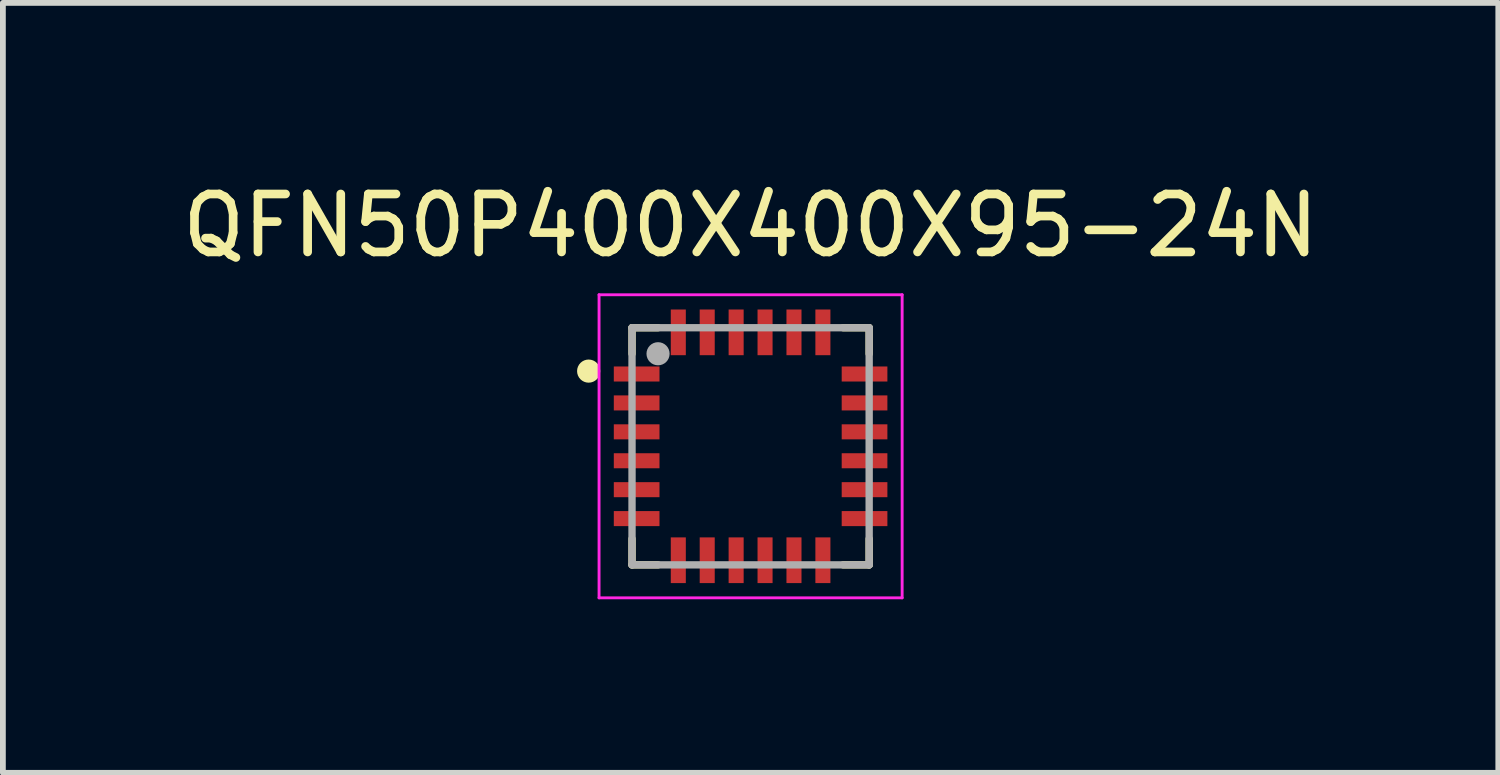
<source format=kicad_pcb>
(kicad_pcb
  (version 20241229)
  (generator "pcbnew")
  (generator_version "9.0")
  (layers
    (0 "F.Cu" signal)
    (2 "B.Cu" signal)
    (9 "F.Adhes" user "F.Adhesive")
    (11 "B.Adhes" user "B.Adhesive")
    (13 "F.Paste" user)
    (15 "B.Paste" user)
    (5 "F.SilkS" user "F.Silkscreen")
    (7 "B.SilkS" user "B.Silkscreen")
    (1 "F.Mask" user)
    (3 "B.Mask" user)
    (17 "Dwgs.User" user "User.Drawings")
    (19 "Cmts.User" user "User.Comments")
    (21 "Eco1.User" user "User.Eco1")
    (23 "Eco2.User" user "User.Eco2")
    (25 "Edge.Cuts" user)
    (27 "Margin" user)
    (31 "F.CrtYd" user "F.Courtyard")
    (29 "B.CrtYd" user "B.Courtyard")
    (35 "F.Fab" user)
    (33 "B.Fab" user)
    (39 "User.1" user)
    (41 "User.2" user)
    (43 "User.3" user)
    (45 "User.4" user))
  (footprint "QFN50P400X400X95-24N"
    (layer "F.Cu")
    (at 9.927 4.666)
    (property "Reference" "QFN50P400X400X95-24N" (at -0.00001 -3.816 0) (layer "F.SilkS") (effects (font (size 1.002 1.002) (thickness 0.15))))
    (attr through_hole)
    (fp_line (start -2.05 -2.05) (end -2.05 -1.6) (stroke (width 0.127) (type solid)) (layer "F.SilkS"))
    (fp_line (start -2.05 1.6) (end -2.05 2.05) (stroke (width 0.127) (type solid)) (layer "F.SilkS"))
    (fp_line (start -1.6 -2.05) (end -2.05 -2.05) (stroke (width 0.127) (type solid)) (layer "F.SilkS"))
    (fp_line (start -1.6 2.05) (end -2.05 2.05) (stroke (width 0.127) (type solid)) (layer "F.SilkS"))
    (fp_line (start 2.05 -2.05) (end 1.6 -2.05) (stroke (width 0.127) (type solid)) (layer "F.SilkS"))
    (fp_line (start 2.05 -2.05) (end 2.05 -1.6) (stroke (width 0.127) (type solid)) (layer "F.SilkS"))
    (fp_line (start 2.05 1.6) (end 2.05 2.05) (stroke (width 0.127) (type solid)) (layer "F.SilkS"))
    (fp_line (start 2.05 2.05) (end 1.6 2.05) (stroke (width 0.127) (type solid)) (layer "F.SilkS"))
    (fp_circle (center -2.8 -1.3) (end -2.7 -1.3) (stroke (width 0.2) (type solid)) (fill no) (layer "F.SilkS"))
    (fp_line (start -2.62 -2.62) (end 2.62 -2.62) (stroke (width 0.05) (type solid)) (layer "F.CrtYd"))
    (fp_line (start -2.62 2.62) (end -2.62 -2.62) (stroke (width 0.05) (type solid)) (layer "F.CrtYd"))
    (fp_line (start 2.62 -2.62) (end 2.62 2.62) (stroke (width 0.05) (type solid)) (layer "F.CrtYd"))
    (fp_line (start 2.62 2.62) (end -2.62 2.62) (stroke (width 0.05) (type solid)) (layer "F.CrtYd"))
    (fp_line (start -2.05 -2.05) (end 2.05 -2.05) (stroke (width 0.127) (type solid)) (layer "F.Fab"))
    (fp_line (start -2.05 2.05) (end -2.05 -2.05) (stroke (width 0.127) (type solid)) (layer "F.Fab"))
    (fp_line (start 2.05 -2.05) (end 2.05 2.05) (stroke (width 0.127) (type solid)) (layer "F.Fab"))
    (fp_line (start 2.05 2.05) (end -2.05 2.05) (stroke (width 0.127) (type solid)) (layer "F.Fab"))
    (fp_circle (center -1.6 -1.6) (end -1.5 -1.6) (stroke (width 0.2) (type solid)) (fill no) (layer "F.Fab"))
    (pad "1" smd rect (at -1.97 -1.25) (size 0.79 0.26) (layers "F.Cu" "F.Mask" "F.Paste"))
    (pad "2" smd rect (at -1.97 -0.75) (size 0.79 0.26) (layers "F.Cu" "F.Mask" "F.Paste"))
    (pad "3" smd rect (at -1.97 -0.25) (size 0.79 0.26) (layers "F.Cu" "F.Mask" "F.Paste"))
    (pad "4" smd rect (at -1.97 0.25) (size 0.79 0.26) (layers "F.Cu" "F.Mask" "F.Paste"))
    (pad "5" smd rect (at -1.97 0.75) (size 0.79 0.26) (layers "F.Cu" "F.Mask" "F.Paste"))
    (pad "6" smd rect (at -1.97 1.25) (size 0.79 0.26) (layers "F.Cu" "F.Mask" "F.Paste"))
    (pad "7" smd rect (at -1.25 1.97 90) (size 0.79 0.26) (layers "F.Cu" "F.Mask" "F.Paste"))
    (pad "8" smd rect (at -0.75 1.97 90) (size 0.79 0.26) (layers "F.Cu" "F.Mask" "F.Paste"))
    (pad "9" smd rect (at -0.25 1.97 90) (size 0.79 0.26) (layers "F.Cu" "F.Mask" "F.Paste"))
    (pad "10" smd rect (at 0.25 1.97 90) (size 0.79 0.26) (layers "F.Cu" "F.Mask" "F.Paste"))
    (pad "11" smd rect (at 0.75 1.97 90) (size 0.79 0.26) (layers "F.Cu" "F.Mask" "F.Paste"))
    (pad "12" smd rect (at 1.25 1.97 90) (size 0.79 0.26) (layers "F.Cu" "F.Mask" "F.Paste"))
    (pad "13" smd rect (at 1.97 1.25 180) (size 0.79 0.26) (layers "F.Cu" "F.Mask" "F.Paste"))
    (pad "14" smd rect (at 1.97 0.75 180) (size 0.79 0.26) (layers "F.Cu" "F.Mask" "F.Paste"))
    (pad "15" smd rect (at 1.97 0.25 180) (size 0.79 0.26) (layers "F.Cu" "F.Mask" "F.Paste"))
    (pad "16" smd rect (at 1.97 -0.25 180) (size 0.79 0.26) (layers "F.Cu" "F.Mask" "F.Paste"))
    (pad "17" smd rect (at 1.97 -0.75 180) (size 0.79 0.26) (layers "F.Cu" "F.Mask" "F.Paste"))
    (pad "18" smd rect (at 1.97 -1.25 180) (size 0.79 0.26) (layers "F.Cu" "F.Mask" "F.Paste"))
    (pad "19" smd rect (at 1.25 -1.97 270) (size 0.79 0.26) (layers "F.Cu" "F.Mask" "F.Paste"))
    (pad "20" smd rect (at 0.75 -1.97 270) (size 0.79 0.26) (layers "F.Cu" "F.Mask" "F.Paste"))
    (pad "21" smd rect (at 0.25 -1.97 270) (size 0.79 0.26) (layers "F.Cu" "F.Mask" "F.Paste"))
    (pad "22" smd rect (at -0.25 -1.97 270) (size 0.79 0.26) (layers "F.Cu" "F.Mask" "F.Paste"))
    (pad "23" smd rect (at -0.75 -1.97 270) (size 0.79 0.26) (layers "F.Cu" "F.Mask" "F.Paste"))
    (pad "24" smd rect (at -1.25 -1.97 270) (size 0.79 0.26) (layers "F.Cu" "F.Mask" "F.Paste"))
    (zone (net_name "") (layer "F.Cu") (hatch full 0.508) (connect_pads) (min_thickness 0.01) (filled_areas_thickness no) (keepout (tracks not_allowed) (vias not_allowed) (pads not_allowed) (copperpour not_allowed) (footprints allowed)) (placement (enabled no)) (fill) (polygon (pts (xy 8.577 3.366) (xy 11.277 3.366) (xy 11.277 5.966) (xy 8.577 5.966))))
    (zone (net_name "") (layers "F.Cu" "B.Cu") (hatch full 0.508) (connect_pads) (min_thickness 0.01) (filled_areas_thickness no) (keepout (tracks allowed) (vias not_allowed) (pads allowed) (copperpour allowed) (footprints allowed)) (placement (enabled no)) (fill) (polygon (pts (xy 8.577 3.366) (xy 11.277 3.366) (xy 11.277 5.966) (xy 8.577 5.966)))))
  (gr_rect
    (start -3 -3)
    (end 22.854 10.311)
    (stroke (width 0.1) (type default))
    (fill no)
    (layer "Edge.Cuts")))
</source>
